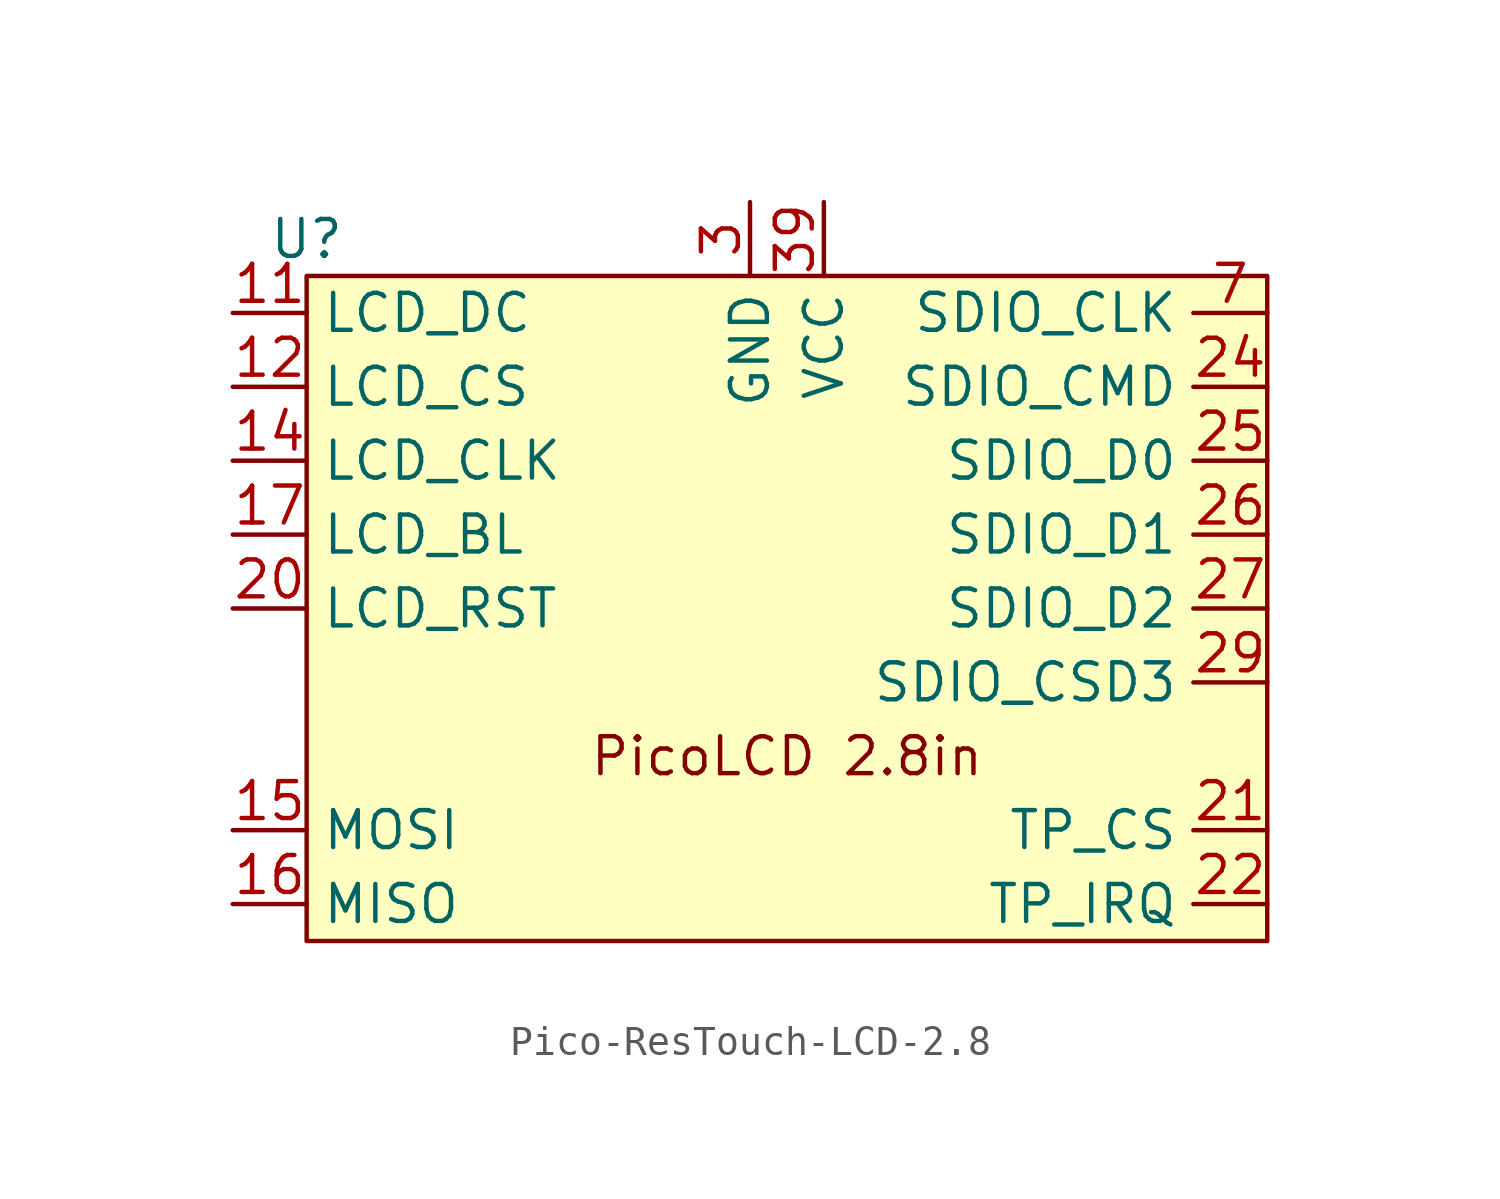
<source format=kicad_sym>
(kicad_symbol_lib
  (version 20220914)
  (generator kicad_symbol_editor)
  (symbol "Pico-ResTouch-LCD-2.8"
    (property "Reference" "U"
      (at -16.51 11.43 0)
      (effects (font (size 1.27 1.27))))
    (property "Value" ""
      (at -17.78 11.43 0)
      (effects (font (size 1.27 1.27))))
    (symbol "Pico-ResTouch-LCD-2.8_1_1"
      (rectangle (start -16.51 10.16) (end 16.51 -12.7) (stroke (width 0) (type default)) (fill (type background)))
      (text "PicoLCD 2.8in" (at 0 -6.35 0) (effects (font (size 1.27 1.27))))
      (pin input line (at -19.05 8.89 0) (length 2.54) (name "LCD_DC" (effects (font (size 1.27 1.27)))) (number "11" (effects (font (size 1.27 1.27)))))
      (pin input line (at -19.05 6.35 0) (length 2.54) (name "LCD_CS" (effects (font (size 1.27 1.27)))) (number "12" (effects (font (size 1.27 1.27)))))
      (pin input line (at -19.05 3.81 0) (length 2.54) (name "LCD_CLK" (effects (font (size 1.27 1.27)))) (number "14" (effects (font (size 1.27 1.27)))))
      (pin input line (at -19.05 -8.89 0) (length 2.54) (name "MOSI" (effects (font (size 1.27 1.27)))) (number "15" (effects (font (size 1.27 1.27)))))
      (pin output line (at -19.05 -11.43 0) (length 2.54) (name "MISO" (effects (font (size 1.27 1.27)))) (number "16" (effects (font (size 1.27 1.27)))))
      (pin input line (at -19.05 1.27 0) (length 2.54) (name "LCD_BL" (effects (font (size 1.27 1.27)))) (number "17" (effects (font (size 1.27 1.27)))))
      (pin input line (at -19.05 -1.27 0) (length 2.54) (name "LCD_RST" (effects (font (size 1.27 1.27)))) (number "20" (effects (font (size 1.27 1.27)))))
      (pin input line (at 16.51 -8.89 180) (length 2.54) (name "TP_CS" (effects (font (size 1.27 1.27)))) (number "21" (effects (font (size 1.27 1.27)))))
      (pin output line (at 16.51 -11.43 180) (length 2.54) (name "TP_IRQ" (effects (font (size 1.27 1.27)))) (number "22" (effects (font (size 1.27 1.27)))))
      (pin input line (at 16.51 6.35 180) (length 2.54) (name "SDIO_CMD" (effects (font (size 1.27 1.27)))) (number "24" (effects (font (size 1.27 1.27)))))
      (pin bidirectional line (at 16.51 3.81 180) (length 2.54) (name "SDIO_D0" (effects (font (size 1.27 1.27)))) (number "25" (effects (font (size 1.27 1.27)))))
      (pin bidirectional line (at 16.51 1.27 180) (length 2.54) (name "SDIO_D1" (effects (font (size 1.27 1.27)))) (number "26" (effects (font (size 1.27 1.27)))))
      (pin bidirectional line (at 16.51 -1.27 180) (length 2.54) (name "SDIO_D2" (effects (font (size 1.27 1.27)))) (number "27" (effects (font (size 1.27 1.27)))))
      (pin bidirectional line (at 16.51 -3.81 180) (length 2.54) (name "SDIO_CSD3" (effects (font (size 1.27 1.27)))) (number "29" (effects (font (size 1.27 1.27)))))
      (pin input line (at -1.27 12.7 270) (length 2.54) (name "GND" (effects (font (size 1.27 1.27)))) (number "3" (effects (font (size 1.27 1.27)))))
      (pin input line (at 1.27 12.7 270) (length 2.54) (name "VCC" (effects (font (size 1.27 1.27)))) (number "39" (effects (font (size 1.27 1.27)))))
      (pin input line (at 16.51 8.89 180) (length 2.54) (name "SDIO_CLK" (effects (font (size 1.27 1.27)))) (number "7" (effects (font (size 1.27 1.27))))))))
</source>
